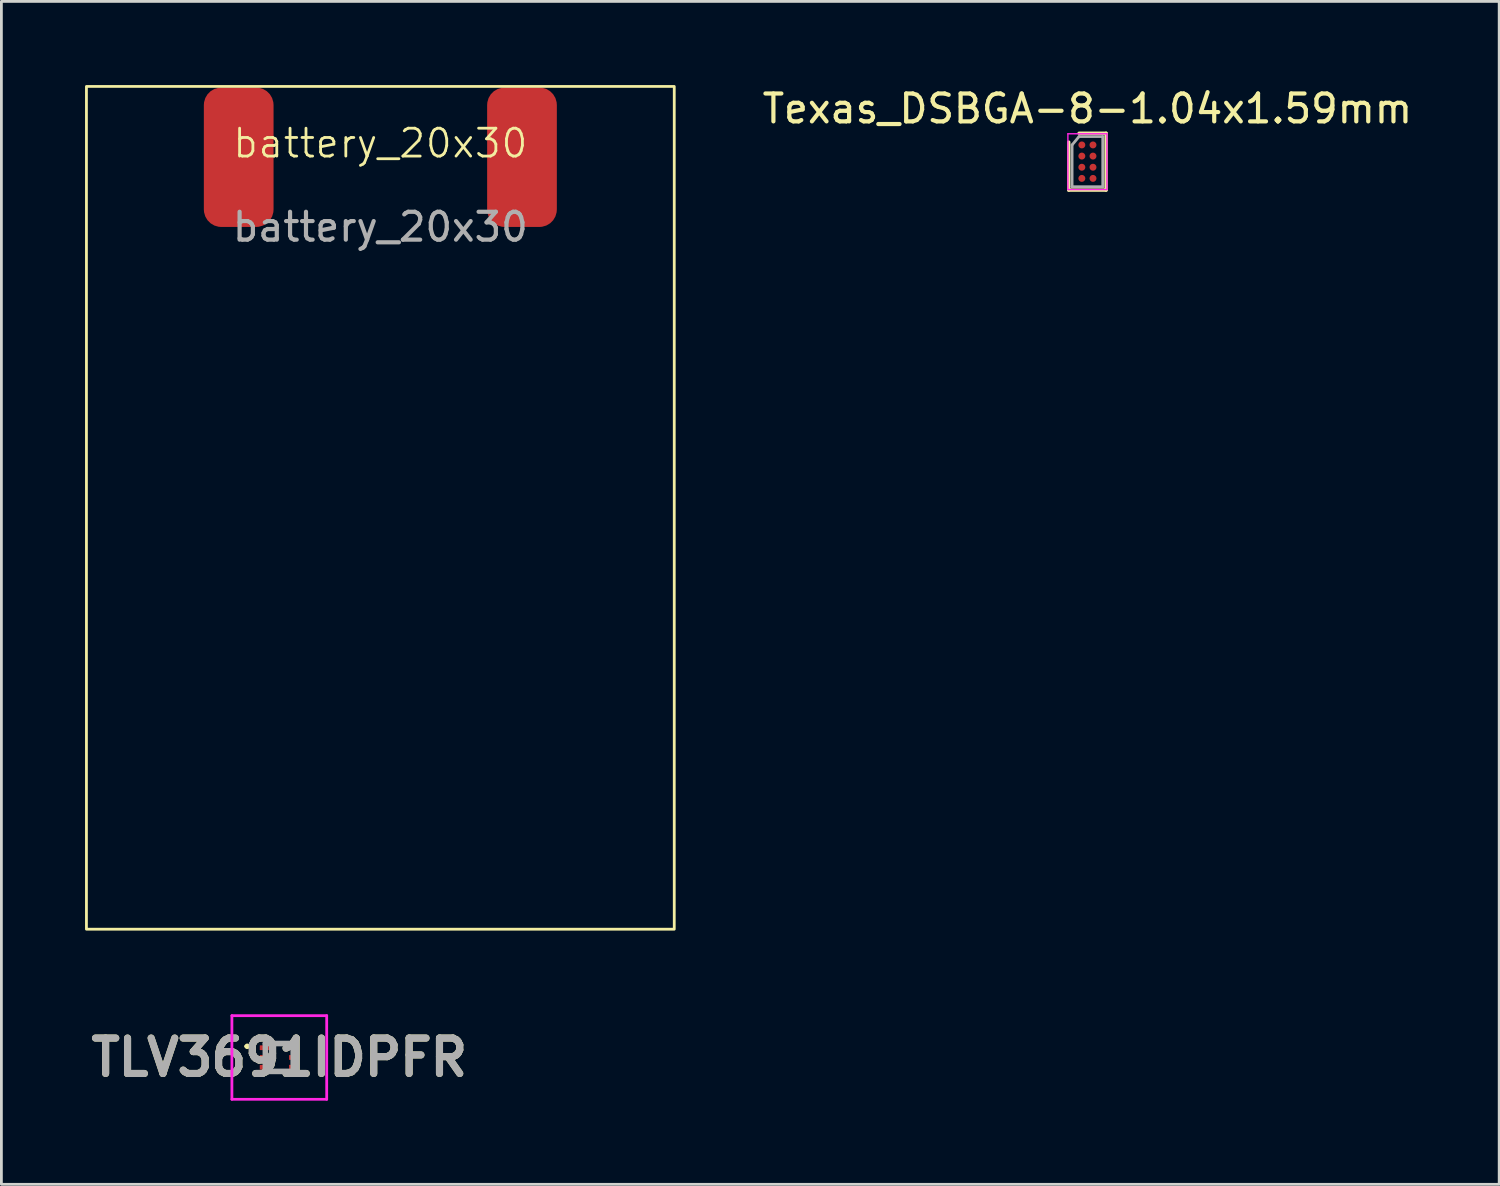
<source format=kicad_pcb>
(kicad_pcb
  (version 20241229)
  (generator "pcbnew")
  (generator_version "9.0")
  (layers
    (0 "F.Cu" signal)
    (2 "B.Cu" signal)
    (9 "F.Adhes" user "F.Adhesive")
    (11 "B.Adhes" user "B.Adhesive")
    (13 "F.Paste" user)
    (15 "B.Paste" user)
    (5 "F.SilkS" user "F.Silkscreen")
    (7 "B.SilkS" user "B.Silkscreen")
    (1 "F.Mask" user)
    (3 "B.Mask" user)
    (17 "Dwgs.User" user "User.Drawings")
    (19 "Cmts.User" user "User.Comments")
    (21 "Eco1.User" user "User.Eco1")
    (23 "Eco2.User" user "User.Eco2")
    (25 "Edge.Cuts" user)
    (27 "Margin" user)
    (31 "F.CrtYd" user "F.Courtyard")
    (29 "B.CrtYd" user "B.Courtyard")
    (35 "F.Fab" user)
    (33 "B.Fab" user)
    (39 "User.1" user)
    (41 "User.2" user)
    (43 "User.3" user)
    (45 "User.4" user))
  (footprint "battery_20x30"
    (layer "F.Cu")
    (at 10.591 2.59)
    (property "Reference" "battery_20x30" (at 0 -0.5 0) (unlocked yes) (layer "F.SilkS") (effects (font (size 1 1) (thickness 0.1))))
    (attr smd)
    (fp_rect (start -10.541 -2.54) (end 10.541 27.686) (stroke (width 0.1) (type default)) (fill no) (layer "F.SilkS"))
    (fp_text user "${REFERENCE}" (at 0 2.5 0) (unlocked yes) (layer "F.Fab") (effects (font (size 1 1) (thickness 0.15))))
    (pad "1" smd roundrect (at 5.08 0 90) (size 5 2.5) (layers "F.Cu" "F.Mask" "F.Paste") (roundrect_rratio 0.25))
    (pad "2" smd roundrect (at -5.08 0 90) (size 5 2.5) (layers "F.Cu" "F.Mask" "F.Paste") (roundrect_rratio 0.25)))
  (footprint "Texas_DSBGA-8-1.04x1.59mm"
    (layer "F.Cu")
    (at 35.95 2.748)
    (property "Reference" "Texas_DSBGA-8-1.04x1.59mm" (at 0 -1.9 0) (layer "F.SilkS") (effects (font (size 1 1) (thickness 0.15))))
    (attr smd)
    (fp_line (start -0.67 1.02) (end -0.67 -0.7) (stroke (width 0.12) (type default)) (layer "F.SilkS"))
    (fp_line (start -0.67 1.02) (end 0.67 1.02) (stroke (width 0.12) (type default)) (layer "F.SilkS"))
    (fp_line (start -0.3 -1.02) (end 0.67 -1.02) (stroke (width 0.12) (type default)) (layer "F.SilkS"))
    (fp_line (start 0.67 -1.02) (end 0.67 1.02) (stroke (width 0.12) (type default)) (layer "F.SilkS"))
    (fp_line (start -0.7 -1) (end 0.7 -1) (stroke (width 0.05) (type default)) (layer "F.CrtYd"))
    (fp_line (start -0.7 1) (end -0.7 -1) (stroke (width 0.05) (type default)) (layer "F.CrtYd"))
    (fp_line (start 0.7 -1) (end 0.7 1) (stroke (width 0.05) (type default)) (layer "F.CrtYd"))
    (fp_line (start 0.7 1) (end -0.7 1) (stroke (width 0.05) (type default)) (layer "F.CrtYd"))
    (fp_line (start -0.55 -0.6) (end -0.55 0.9) (stroke (width 0.1) (type default)) (layer "F.Fab"))
    (fp_line (start -0.55 0.9) (end 0.55 0.9) (stroke (width 0.1) (type default)) (layer "F.Fab"))
    (fp_line (start -0.3 -0.9) (end -0.55 -0.6) (stroke (width 0.1) (type default)) (layer "F.Fab"))
    (fp_line (start 0.55 -0.9) (end -0.3 -0.9) (stroke (width 0.1) (type default)) (layer "F.Fab"))
    (fp_line (start 0.55 0.9) (end 0.55 -0.9) (stroke (width 0.1) (type default)) (layer "F.Fab"))
    (pad "A1" smd circle (at -0.2 -0.6) (size 0.25 0.25) (layers "F.Cu" "F.Mask" "F.Paste"))
    (pad "A2" smd circle (at 0.2 -0.6) (size 0.25 0.25) (layers "F.Cu" "F.Mask" "F.Paste"))
    (pad "B1" smd circle (at -0.2 -0.2) (size 0.25 0.25) (layers "F.Cu" "F.Mask" "F.Paste"))
    (pad "B2" smd circle (at 0.2 -0.2) (size 0.25 0.25) (layers "F.Cu" "F.Mask" "F.Paste"))
    (pad "C1" smd circle (at -0.2 0.2) (size 0.25 0.25) (layers "F.Cu" "F.Mask" "F.Paste"))
    (pad "C2" smd circle (at 0.2 0.2) (size 0.25 0.25) (layers "F.Cu" "F.Mask" "F.Paste"))
    (pad "D1" smd circle (at -0.2 0.6) (size 0.25 0.25) (layers "F.Cu" "F.Mask" "F.Paste"))
    (pad "D2" smd circle (at 0.2 0.6) (size 0.25 0.25) (layers "F.Cu" "F.Mask" "F.Paste")))
  (footprint "TLV3691IDPFR"
    (layer "F.Cu")
    (at 6.967 34.876)
    (property "Reference" "TLV3691IDPFR" (at 0 0 0) (layer "F.SilkS") (effects (font (size 1.27 1.27) (thickness 0.254))))
    (attr smd)
    (fp_line (start -1.2 -0.4) (end -1.2 -0.4) (stroke (width 0.1) (type solid)) (layer "F.SilkS"))
    (fp_line (start -1.1 -0.4) (end -1.1 -0.4) (stroke (width 0.1) (type solid)) (layer "F.SilkS"))
    (fp_arc (start -1.2 -0.4) (mid -1.15 -0.45) (end -1.1 -0.4) (stroke (width 0.1) (type solid)) (layer "F.SilkS"))
    (fp_arc (start -1.1 -0.4) (mid -1.15 -0.35) (end -1.2 -0.4) (stroke (width 0.1) (type solid)) (layer "F.SilkS"))
    (fp_line (start -1.7 -1.5) (end 1.7 -1.5) (stroke (width 0.1) (type solid)) (layer "F.CrtYd"))
    (fp_line (start -1.7 1.5) (end -1.7 -1.5) (stroke (width 0.1) (type solid)) (layer "F.CrtYd"))
    (fp_line (start 1.7 -1.5) (end 1.7 1.5) (stroke (width 0.1) (type solid)) (layer "F.CrtYd"))
    (fp_line (start 1.7 1.5) (end -1.7 1.5) (stroke (width 0.1) (type solid)) (layer "F.CrtYd"))
    (fp_line (start -0.5 -0.5) (end 0.5 -0.5) (stroke (width 0.2) (type solid)) (layer "F.Fab"))
    (fp_line (start -0.5 0.5) (end -0.5 -0.5) (stroke (width 0.2) (type solid)) (layer "F.Fab"))
    (fp_line (start 0.5 -0.5) (end 0.5 0.5) (stroke (width 0.2) (type solid)) (layer "F.Fab"))
    (fp_line (start 0.5 0.5) (end -0.5 0.5) (stroke (width 0.2) (type solid)) (layer "F.Fab"))
    (fp_text user "${REFERENCE}" (at 0 0 0) (layer "F.Fab") (effects (font (size 1.27 1.27) (thickness 0.254))))
    (pad "1" smd rect (at -0.525 -0.35 90) (size 0.17 0.35) (layers "F.Cu" "F.Mask" "F.Paste"))
    (pad "2" smd rect (at -0.525 0 90) (size 0.17 0.35) (layers "F.Cu" "F.Mask" "F.Paste"))
    (pad "3" smd rect (at -0.525 0.35 90) (size 0.17 0.35) (layers "F.Cu" "F.Mask" "F.Paste"))
    (pad "4" smd rect (at 0.525 0.35 90) (size 0.17 0.35) (layers "F.Cu" "F.Mask" "F.Paste"))
    (pad "5" smd rect (at 0.525 0 90) (size 0.17 0.35) (layers "F.Cu" "F.Mask" "F.Paste"))
    (pad "6" smd rect (at 0.525 -0.35 90) (size 0.17 0.35) (layers "F.Cu" "F.Mask" "F.Paste")))
  (gr_rect
    (start -3 -3)
    (end 50.718 39.426)
    (stroke (width 0.1) (type default))
    (fill no)
    (layer "Edge.Cuts")))
</source>
